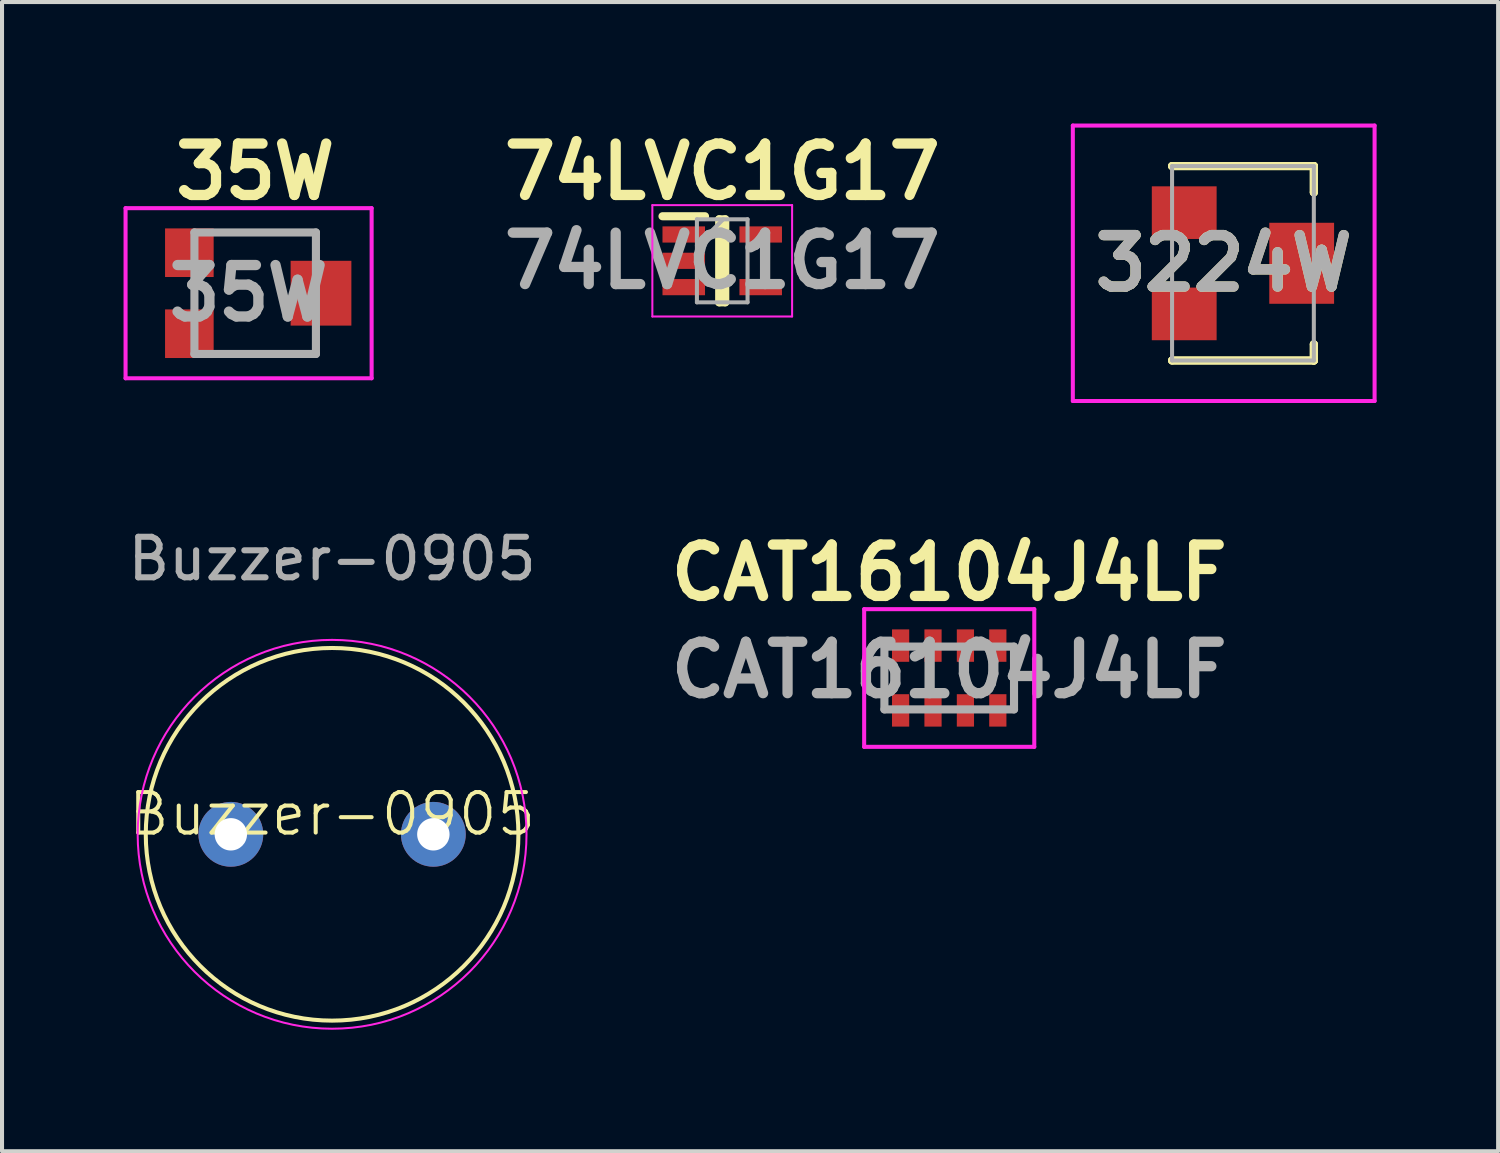
<source format=kicad_pcb>
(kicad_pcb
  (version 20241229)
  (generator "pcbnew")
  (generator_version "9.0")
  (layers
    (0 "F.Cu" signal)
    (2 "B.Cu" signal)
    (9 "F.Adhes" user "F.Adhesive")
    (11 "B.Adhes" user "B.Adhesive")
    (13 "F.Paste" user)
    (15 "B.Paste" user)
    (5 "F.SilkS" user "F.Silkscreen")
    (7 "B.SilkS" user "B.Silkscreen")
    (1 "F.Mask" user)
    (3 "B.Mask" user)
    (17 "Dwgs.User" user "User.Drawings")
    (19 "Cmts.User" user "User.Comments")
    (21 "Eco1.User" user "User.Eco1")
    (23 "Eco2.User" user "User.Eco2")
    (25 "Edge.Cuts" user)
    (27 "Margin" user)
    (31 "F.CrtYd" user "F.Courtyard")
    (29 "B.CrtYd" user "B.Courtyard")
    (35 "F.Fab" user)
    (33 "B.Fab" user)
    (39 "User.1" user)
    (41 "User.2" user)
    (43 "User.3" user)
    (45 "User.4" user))
  (footprint "CAT16104J4LF"
    (layer "F.Cu")
    (at 20.385 13.689)
    (property "Reference" "CAT16104J4LF" (at 0 -2.6 0) (layer "F.SilkS") (effects (font (size 1.27 1.27) (thickness 0.254))))
    (attr smd)
    (fp_line (start -1.6 -0.4) (end -1.6 0.4) (stroke (width 0.1) (type solid)) (layer "F.SilkS"))
    (fp_line (start 1.6 -0.4) (end 1.6 0.4) (stroke (width 0.1) (type solid)) (layer "F.SilkS"))
    (fp_line (start -2.1 -1.7) (end 2.1 -1.7) (stroke (width 0.1) (type solid)) (layer "F.CrtYd"))
    (fp_line (start -2.1 1.7) (end -2.1 -1.7) (stroke (width 0.1) (type solid)) (layer "F.CrtYd"))
    (fp_line (start 2.1 -1.7) (end 2.1 1.7) (stroke (width 0.1) (type solid)) (layer "F.CrtYd"))
    (fp_line (start 2.1 1.7) (end -2.1 1.7) (stroke (width 0.1) (type solid)) (layer "F.CrtYd"))
    (fp_line (start -1.6 -0.775) (end 1.6 -0.775) (stroke (width 0.2) (type solid)) (layer "F.Fab"))
    (fp_line (start -1.6 0.775) (end -1.6 -0.775) (stroke (width 0.2) (type solid)) (layer "F.Fab"))
    (fp_line (start 1.6 -0.775) (end 1.6 0.775) (stroke (width 0.2) (type solid)) (layer "F.Fab"))
    (fp_line (start 1.6 0.775) (end -1.6 0.775) (stroke (width 0.2) (type solid)) (layer "F.Fab"))
    (fp_text user "${REFERENCE}" (at 0 -0.2 0) (layer "F.Fab") (effects (font (size 1.27 1.27) (thickness 0.254))))
    (pad "1" smd rect (at -1.2 -0.8) (size 0.425 0.8) (layers "F.Cu" "F.Mask" "F.Paste"))
    (pad "2" smd rect (at -1.2 0.8) (size 0.425 0.8) (layers "F.Cu" "F.Mask" "F.Paste"))
    (pad "3" smd rect (at -0.4 -0.8) (size 0.425 0.8) (layers "F.Cu" "F.Mask" "F.Paste"))
    (pad "4" smd rect (at -0.4 0.8) (size 0.425 0.8) (layers "F.Cu" "F.Mask" "F.Paste"))
    (pad "5" smd rect (at 0.4 -0.8) (size 0.425 0.8) (layers "F.Cu" "F.Mask" "F.Paste"))
    (pad "6" smd rect (at 0.4 0.8) (size 0.425 0.8) (layers "F.Cu" "F.Mask" "F.Paste"))
    (pad "7" smd rect (at 1.2 -0.8) (size 0.425 0.8) (layers "F.Cu" "F.Mask" "F.Paste"))
    (pad "8" smd rect (at 1.2 0.8) (size 0.425 0.8) (layers "F.Cu" "F.Mask" "F.Paste")))
  (footprint "74LVC1G17"
    (layer "F.Cu")
    (at 14.781 3.389)
    (property "Reference" "74LVC1G17" (at 0 -2.2 0) (layer "F.SilkS") (effects (font (size 1.27 1.27) (thickness 0.254))))
    (attr smd)
    (fp_line (start -1.475 -1.1) (end -0.425 -1.1) (stroke (width 0.2) (type solid)) (layer "F.SilkS"))
    (fp_line (start -0.075 -1.025) (end 0.075 -1.025) (stroke (width 0.2) (type solid)) (layer "F.SilkS"))
    (fp_line (start -0.075 1.025) (end -0.075 -1.025) (stroke (width 0.2) (type solid)) (layer "F.SilkS"))
    (fp_line (start 0.075 -1.025) (end 0.075 1.025) (stroke (width 0.2) (type solid)) (layer "F.SilkS"))
    (fp_line (start 0.075 1.025) (end -0.075 1.025) (stroke (width 0.2) (type solid)) (layer "F.SilkS"))
    (fp_line (start -1.725 -1.375) (end 1.725 -1.375) (stroke (width 0.05) (type solid)) (layer "F.CrtYd"))
    (fp_line (start -1.725 1.375) (end -1.725 -1.375) (stroke (width 0.05) (type solid)) (layer "F.CrtYd"))
    (fp_line (start 1.725 -1.375) (end 1.725 1.375) (stroke (width 0.05) (type solid)) (layer "F.CrtYd"))
    (fp_line (start 1.725 1.375) (end -1.725 1.375) (stroke (width 0.05) (type solid)) (layer "F.CrtYd"))
    (fp_line (start -0.625 -1.025) (end 0.625 -1.025) (stroke (width 0.1) (type solid)) (layer "F.Fab"))
    (fp_line (start -0.625 -0.375) (end 0.025 -1.025) (stroke (width 0.1) (type solid)) (layer "F.Fab"))
    (fp_line (start -0.625 1.025) (end -0.625 -1.025) (stroke (width 0.1) (type solid)) (layer "F.Fab"))
    (fp_line (start 0.625 -1.025) (end 0.625 1.025) (stroke (width 0.1) (type solid)) (layer "F.Fab"))
    (fp_line (start 0.625 1.025) (end -0.625 1.025) (stroke (width 0.1) (type solid)) (layer "F.Fab"))
    (fp_text user "${REFERENCE}" (at 0 0 0) (layer "F.Fab") (effects (font (size 1.27 1.27) (thickness 0.254))))
    (pad "1" smd rect (at -0.95 -0.65 90) (size 0.4 1.05) (layers "F.Cu" "F.Mask" "F.Paste"))
    (pad "2" smd rect (at -0.95 0 90) (size 0.4 1.05) (layers "F.Cu" "F.Mask" "F.Paste"))
    (pad "3" smd rect (at -0.95 0.65 90) (size 0.4 1.05) (layers "F.Cu" "F.Mask" "F.Paste"))
    (pad "4" smd rect (at 0.95 0.65 90) (size 0.4 1.05) (layers "F.Cu" "F.Mask" "F.Paste"))
    (pad "5" smd rect (at 0.95 -0.65 90) (size 0.4 1.05) (layers "F.Cu" "F.Mask" "F.Paste")))
  (footprint "35W"
    (layer "F.Cu")
    (at 3.25 4.189)
    (property "Reference" "35W" (at 0 -3 0) (layer "F.SilkS") (effects (font (size 1.27 1.27) (thickness 0.254))))
    (attr smd)
    (fp_line (start -1.5 -0.2) (end -1.5 0.2) (stroke (width 0.1) (type solid)) (layer "F.SilkS"))
    (fp_line (start -0.8 -1.5) (end 1.5 -1.5) (stroke (width 0.1) (type solid)) (layer "F.SilkS"))
    (fp_line (start -0.8 1.5) (end 1.5 1.5) (stroke (width 0.1) (type solid)) (layer "F.SilkS"))
    (fp_line (start 1.5 -1.5) (end 1.5 -1) (stroke (width 0.1) (type solid)) (layer "F.SilkS"))
    (fp_line (start 1.5 1.5) (end 1.5 1) (stroke (width 0.1) (type solid)) (layer "F.SilkS"))
    (fp_line (start -3.2 -2.1) (end 2.875 -2.1) (stroke (width 0.1) (type solid)) (layer "F.CrtYd"))
    (fp_line (start -3.2 2.1) (end -3.2 -2.1) (stroke (width 0.1) (type solid)) (layer "F.CrtYd"))
    (fp_line (start 2.875 -2.1) (end 2.875 2.1) (stroke (width 0.1) (type solid)) (layer "F.CrtYd"))
    (fp_line (start 2.875 2.1) (end -3.2 2.1) (stroke (width 0.1) (type solid)) (layer "F.CrtYd"))
    (fp_line (start -1.5 -1.5) (end 1.5 -1.5) (stroke (width 0.2) (type solid)) (layer "F.Fab"))
    (fp_line (start -1.5 1.5) (end -1.5 -1.5) (stroke (width 0.2) (type solid)) (layer "F.Fab"))
    (fp_line (start 1.5 -1.5) (end 1.5 1.5) (stroke (width 0.2) (type solid)) (layer "F.Fab"))
    (fp_line (start 1.5 1.5) (end -1.5 1.5) (stroke (width 0.2) (type solid)) (layer "F.Fab"))
    (fp_text user "${REFERENCE}" (at -0.163 0 0) (layer "F.Fab") (effects (font (size 1.27 1.27) (thickness 0.254))))
    (pad "1" smd rect (at -1.625 -1 90) (size 1.2 1.2) (layers "F.Cu" "F.Mask" "F.Paste"))
    (pad "2" smd rect (at 1.625 0) (size 1.5 1.6) (layers "F.Cu" "F.Mask" "F.Paste"))
    (pad "3" smd rect (at -1.625 1 90) (size 1.2 1.2) (layers "F.Cu" "F.Mask" "F.Paste")))
  (footprint "3224W"
    (layer "F.Cu")
    (at 27.637 3.45)
    (property "Reference" "3224W" (at -0.475 0 0) (layer "F.SilkS") (effects (font (size 1.27 1.27) (thickness 0.254))))
    (attr smd)
    (fp_line (start -1.75 -2.4) (end -1.75 -2.4) (stroke (width 0.2) (type solid)) (layer "F.SilkS"))
    (fp_line (start -1.75 -2.4) (end 1.75 -2.4) (stroke (width 0.2) (type solid)) (layer "F.SilkS"))
    (fp_line (start -1.75 2.4) (end -1.75 2.4) (stroke (width 0.2) (type solid)) (layer "F.SilkS"))
    (fp_line (start -1.75 2.4) (end 1.75 2.4) (stroke (width 0.2) (type solid)) (layer "F.SilkS"))
    (fp_line (start 1.75 -2.4) (end -1.75 -2.4) (stroke (width 0.2) (type solid)) (layer "F.SilkS"))
    (fp_line (start 1.75 -2.4) (end 1.75 -2.4) (stroke (width 0.2) (type solid)) (layer "F.SilkS"))
    (fp_line (start 1.75 -2.4) (end 1.75 -2.4) (stroke (width 0.2) (type solid)) (layer "F.SilkS"))
    (fp_line (start 1.75 -2.4) (end 1.75 -1.75) (stroke (width 0.2) (type solid)) (layer "F.SilkS"))
    (fp_line (start 1.75 -1.75) (end 1.75 -2.4) (stroke (width 0.2) (type solid)) (layer "F.SilkS"))
    (fp_line (start 1.75 -1.75) (end 1.75 -1.75) (stroke (width 0.2) (type solid)) (layer "F.SilkS"))
    (fp_line (start 1.75 2) (end 1.75 2) (stroke (width 0.2) (type solid)) (layer "F.SilkS"))
    (fp_line (start 1.75 2) (end 1.75 2.4) (stroke (width 0.2) (type solid)) (layer "F.SilkS"))
    (fp_line (start 1.75 2.4) (end -1.75 2.4) (stroke (width 0.2) (type solid)) (layer "F.SilkS"))
    (fp_line (start 1.75 2.4) (end 1.75 2) (stroke (width 0.2) (type solid)) (layer "F.SilkS"))
    (fp_line (start 1.75 2.4) (end 1.75 2.4) (stroke (width 0.2) (type solid)) (layer "F.SilkS"))
    (fp_line (start 1.75 2.4) (end 1.75 2.4) (stroke (width 0.2) (type solid)) (layer "F.SilkS"))
    (fp_line (start -4.2 -3.4) (end 3.25 -3.4) (stroke (width 0.1) (type solid)) (layer "F.CrtYd"))
    (fp_line (start -4.2 3.4) (end -4.2 -3.4) (stroke (width 0.1) (type solid)) (layer "F.CrtYd"))
    (fp_line (start 3.25 -3.4) (end 3.25 3.4) (stroke (width 0.1) (type solid)) (layer "F.CrtYd"))
    (fp_line (start 3.25 3.4) (end -4.2 3.4) (stroke (width 0.1) (type solid)) (layer "F.CrtYd"))
    (fp_line (start -1.75 -2.4) (end -1.75 2.4) (stroke (width 0.1) (type solid)) (layer "F.Fab"))
    (fp_line (start -1.75 2.4) (end 1.75 2.4) (stroke (width 0.1) (type solid)) (layer "F.Fab"))
    (fp_line (start 1.75 -2.4) (end -1.75 -2.4) (stroke (width 0.1) (type solid)) (layer "F.Fab"))
    (fp_line (start 1.75 2.4) (end 1.75 -2.4) (stroke (width 0.1) (type solid)) (layer "F.Fab"))
    (fp_text user "${REFERENCE}" (at -0.475 0 0) (layer "F.Fab") (effects (font (size 1.27 1.27) (thickness 0.254))))
    (pad "1" smd rect (at -1.45 -1.25 90) (size 1.3 1.6) (layers "F.Cu" "F.Mask" "F.Paste"))
    (pad "2" smd rect (at 1.45 0) (size 1.6 2) (layers "F.Cu" "F.Mask" "F.Paste"))
    (pad "3" smd rect (at -1.45 1.25 90) (size 1.3 1.6) (layers "F.Cu" "F.Mask" "F.Paste")))
  (footprint "Buzzer-0905"
    (layer "F.Cu")
    (at 5.149 17.548)
    (property "Reference" "Buzzer-0905" (at 0 -0.5 0) (unlocked yes) (layer "F.SilkS") (effects (font (size 1 1) (thickness 0.1))))
    (attr through_hole)
    (fp_circle (center 0 0) (end 4.6 0) (stroke (width 0.1) (type default)) (fill no) (layer "F.SilkS"))
    (fp_circle (center 0 0) (end 4.8 0) (stroke (width 0.05) (type default)) (fill no) (layer "F.CrtYd"))
    (fp_text user "${REFERENCE}" (at 0 -6.8 0) (unlocked yes) (layer "F.Fab") (effects (font (size 1 1) (thickness 0.15))))
    (pad "1" thru_hole circle (at 2.5 0) (size 1.6 1.6) (drill 0.8) (layers "*.Cu" "*.Mask"))
    (pad "2" thru_hole circle (at -2.5 0) (size 1.6 1.6) (drill 0.8) (layers "*.Cu" "*.Mask")))
  (gr_rect
    (start -3 -3)
    (end 33.937 25.373)
    (stroke (width 0.1) (type default))
    (fill no)
    (layer "Edge.Cuts")))
</source>
